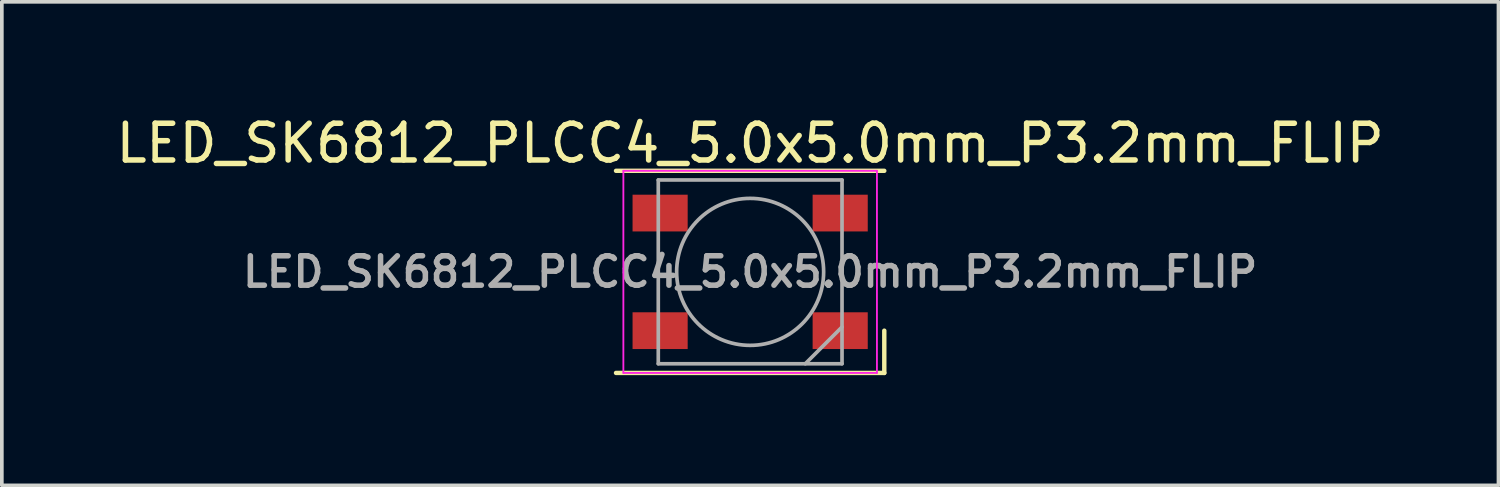
<source format=kicad_pcb>
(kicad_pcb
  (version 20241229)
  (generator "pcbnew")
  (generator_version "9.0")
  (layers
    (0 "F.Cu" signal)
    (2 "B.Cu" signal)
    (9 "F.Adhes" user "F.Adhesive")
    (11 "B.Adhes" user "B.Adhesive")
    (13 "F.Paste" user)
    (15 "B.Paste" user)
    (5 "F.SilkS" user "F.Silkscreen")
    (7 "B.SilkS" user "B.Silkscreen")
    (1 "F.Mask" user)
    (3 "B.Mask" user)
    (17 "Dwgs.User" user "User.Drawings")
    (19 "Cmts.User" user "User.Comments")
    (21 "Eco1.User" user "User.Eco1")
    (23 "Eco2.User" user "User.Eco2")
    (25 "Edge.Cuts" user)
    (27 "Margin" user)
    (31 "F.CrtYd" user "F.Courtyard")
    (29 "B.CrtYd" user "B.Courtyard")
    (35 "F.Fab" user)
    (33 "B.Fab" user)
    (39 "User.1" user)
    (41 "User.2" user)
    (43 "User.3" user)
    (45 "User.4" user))
  (footprint "LED_SK6812_PLCC4_5.0x5.0mm_P3.2mm_FLIP"
    (layer "F.Cu")
    (at 17.363 4.348)
    (property "Reference" "LED_SK6812_PLCC4_5.0x5.0mm_P3.2mm_FLIP" (at 0 -3.5 0) (layer "F.SilkS") (effects (font (size 1 1) (thickness 0.15))))
    (attr smd)
    (fp_line (start -3.65 -2.75) (end 3.65 -2.75) (stroke (width 0.12) (type solid)) (layer "F.SilkS"))
    (fp_line (start -3.65 2.75) (end 3.65 2.75) (stroke (width 0.12) (type solid)) (layer "F.SilkS"))
    (fp_line (start 3.65 2.75) (end 3.65 1.6) (stroke (width 0.12) (type solid)) (layer "F.SilkS"))
    (fp_line (start -3.45 -2.75) (end -3.45 2.75) (stroke (width 0.05) (type solid)) (layer "F.CrtYd"))
    (fp_line (start -3.45 2.75) (end 3.45 2.75) (stroke (width 0.05) (type solid)) (layer "F.CrtYd"))
    (fp_line (start 3.45 -2.75) (end -3.45 -2.75) (stroke (width 0.05) (type solid)) (layer "F.CrtYd"))
    (fp_line (start 3.45 2.75) (end 3.45 -2.75) (stroke (width 0.05) (type solid)) (layer "F.CrtYd"))
    (fp_line (start -2.5 -2.5) (end -2.5 2.5) (stroke (width 0.1) (type solid)) (layer "F.Fab"))
    (fp_line (start -2.5 2.5) (end 2.5 2.5) (stroke (width 0.1) (type solid)) (layer "F.Fab"))
    (fp_line (start 2.5 -2.5) (end -2.5 -2.5) (stroke (width 0.1) (type solid)) (layer "F.Fab"))
    (fp_line (start 2.5 1.5) (end 1.5 2.5) (stroke (width 0.1) (type solid)) (layer "F.Fab"))
    (fp_line (start 2.5 2.5) (end 2.5 -2.5) (stroke (width 0.1) (type solid)) (layer "F.Fab"))
    (fp_circle (center 0 0) (end 0 -2) (stroke (width 0.1) (type solid)) (fill no) (layer "F.Fab"))
    (fp_text user "${REFERENCE}" (at 0 0 0) (layer "F.Fab") (effects (font (size 0.8 0.8) (thickness 0.15))))
    (pad "1" smd rect (at 2.45 -1.6) (size 1.5 1) (layers "F.Cu" "F.Mask" "F.Paste"))
    (pad "2" smd rect (at 2.45 1.6) (size 1.5 1) (layers "F.Cu" "F.Mask" "F.Paste"))
    (pad "3" smd rect (at -2.45 1.6) (size 1.5 1) (layers "F.Cu" "F.Mask" "F.Paste"))
    (pad "4" smd rect (at -2.45 -1.6) (size 1.5 1) (layers "F.Cu" "F.Mask" "F.Paste")))
  (gr_rect
    (start -3 -3)
    (end 37.726 10.158)
    (stroke (width 0.1) (type default))
    (fill no)
    (layer "Edge.Cuts")))
</source>
